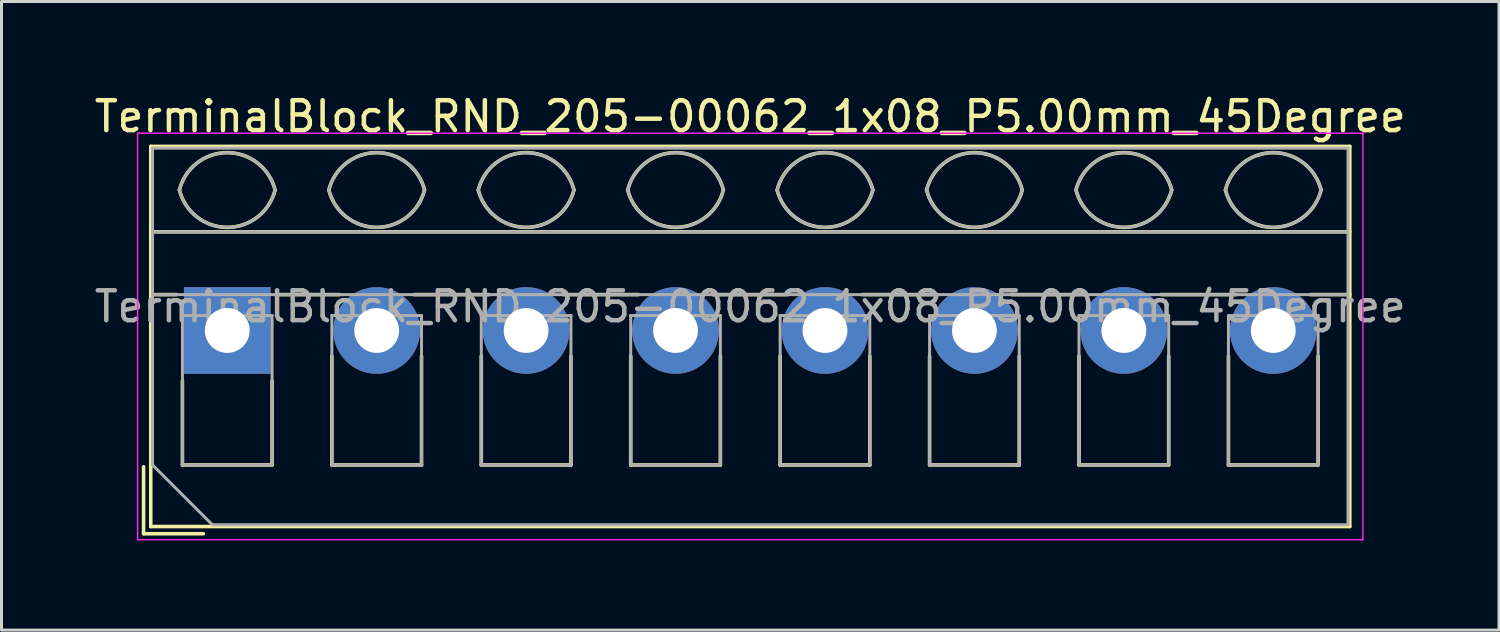
<source format=kicad_pcb>
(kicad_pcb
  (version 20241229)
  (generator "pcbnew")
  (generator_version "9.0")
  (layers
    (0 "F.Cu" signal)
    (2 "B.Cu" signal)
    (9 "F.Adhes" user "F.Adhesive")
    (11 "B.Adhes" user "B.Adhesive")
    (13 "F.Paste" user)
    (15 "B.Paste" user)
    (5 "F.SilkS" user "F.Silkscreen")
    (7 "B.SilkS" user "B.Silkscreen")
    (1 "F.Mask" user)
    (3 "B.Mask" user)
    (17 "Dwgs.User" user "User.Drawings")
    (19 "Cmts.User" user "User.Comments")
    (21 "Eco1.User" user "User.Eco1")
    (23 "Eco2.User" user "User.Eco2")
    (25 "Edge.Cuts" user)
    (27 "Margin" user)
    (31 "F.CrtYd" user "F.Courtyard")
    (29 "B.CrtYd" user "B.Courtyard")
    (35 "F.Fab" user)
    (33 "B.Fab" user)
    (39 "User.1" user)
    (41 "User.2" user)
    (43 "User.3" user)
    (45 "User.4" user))
  (footprint "TerminalBlock_RND_205-00062_1x08_P5.00mm_45Degree"
    (layer "F.Cu")
    (at 4.554 8.008)
    (property "Reference" "TerminalBlock_RND_205-00062_1x08_P5.00mm_45Degree" (at 17.5 -7.16 0) (layer "F.SilkS") (effects (font (size 1 1) (thickness 0.15))))
    (attr through_hole)
    (fp_line (start -2.8 4.56) (end -2.8 6.8) (stroke (width 0.12) (type solid)) (layer "F.SilkS"))
    (fp_line (start -2.8 6.8) (end -0.8 6.8) (stroke (width 0.12) (type solid)) (layer "F.SilkS"))
    (fp_line (start -2.56 -6.16) (end -2.56 6.56) (stroke (width 0.12) (type solid)) (layer "F.SilkS"))
    (fp_line (start -2.56 -6.16) (end 37.56 -6.16) (stroke (width 0.12) (type solid)) (layer "F.SilkS"))
    (fp_line (start -2.56 -3.301) (end 37.56 -3.301) (stroke (width 0.12) (type solid)) (layer "F.SilkS"))
    (fp_line (start -2.56 -1.201) (end -1.69 -1.201) (stroke (width 0.12) (type solid)) (layer "F.SilkS"))
    (fp_line (start -2.56 6.56) (end 37.56 6.56) (stroke (width 0.12) (type solid)) (layer "F.SilkS"))
    (fp_line (start -1.5 1.69) (end -1.5 4.5) (stroke (width 0.12) (type solid)) (layer "F.SilkS"))
    (fp_line (start -1.5 4.5) (end 1.5 4.5) (stroke (width 0.12) (type solid)) (layer "F.SilkS"))
    (fp_line (start 1.5 1.69) (end 1.5 4.5) (stroke (width 0.12) (type solid)) (layer "F.SilkS"))
    (fp_line (start 1.69 -1.201) (end 3.758 -1.201) (stroke (width 0.12) (type solid)) (layer "F.SilkS"))
    (fp_line (start 3.5 0.86) (end 3.5 4.5) (stroke (width 0.12) (type solid)) (layer "F.SilkS"))
    (fp_line (start 3.5 4.5) (end 6.5 4.5) (stroke (width 0.12) (type solid)) (layer "F.SilkS"))
    (fp_line (start 6.243 -1.201) (end 8.758 -1.201) (stroke (width 0.12) (type solid)) (layer "F.SilkS"))
    (fp_line (start 6.5 0.86) (end 6.5 4.5) (stroke (width 0.12) (type solid)) (layer "F.SilkS"))
    (fp_line (start 8.5 0.86) (end 8.5 4.5) (stroke (width 0.12) (type solid)) (layer "F.SilkS"))
    (fp_line (start 8.5 4.5) (end 11.5 4.5) (stroke (width 0.12) (type solid)) (layer "F.SilkS"))
    (fp_line (start 11.243 -1.201) (end 13.758 -1.201) (stroke (width 0.12) (type solid)) (layer "F.SilkS"))
    (fp_line (start 11.5 0.86) (end 11.5 4.5) (stroke (width 0.12) (type solid)) (layer "F.SilkS"))
    (fp_line (start 13.5 0.86) (end 13.5 4.5) (stroke (width 0.12) (type solid)) (layer "F.SilkS"))
    (fp_line (start 13.5 4.5) (end 16.5 4.5) (stroke (width 0.12) (type solid)) (layer "F.SilkS"))
    (fp_line (start 16.243 -1.201) (end 18.758 -1.201) (stroke (width 0.12) (type solid)) (layer "F.SilkS"))
    (fp_line (start 16.5 0.86) (end 16.5 4.5) (stroke (width 0.12) (type solid)) (layer "F.SilkS"))
    (fp_line (start 18.5 0.86) (end 18.5 4.5) (stroke (width 0.12) (type solid)) (layer "F.SilkS"))
    (fp_line (start 18.5 4.5) (end 21.5 4.5) (stroke (width 0.12) (type solid)) (layer "F.SilkS"))
    (fp_line (start 21.243 -1.201) (end 23.758 -1.201) (stroke (width 0.12) (type solid)) (layer "F.SilkS"))
    (fp_line (start 21.5 0.86) (end 21.5 4.5) (stroke (width 0.12) (type solid)) (layer "F.SilkS"))
    (fp_line (start 23.5 0.86) (end 23.5 4.5) (stroke (width 0.12) (type solid)) (layer "F.SilkS"))
    (fp_line (start 23.5 4.5) (end 26.5 4.5) (stroke (width 0.12) (type solid)) (layer "F.SilkS"))
    (fp_line (start 26.243 -1.201) (end 28.758 -1.201) (stroke (width 0.12) (type solid)) (layer "F.SilkS"))
    (fp_line (start 26.5 0.86) (end 26.5 4.5) (stroke (width 0.12) (type solid)) (layer "F.SilkS"))
    (fp_line (start 28.5 0.86) (end 28.5 4.5) (stroke (width 0.12) (type solid)) (layer "F.SilkS"))
    (fp_line (start 28.5 4.5) (end 31.5 4.5) (stroke (width 0.12) (type solid)) (layer "F.SilkS"))
    (fp_line (start 31.243 -1.201) (end 33.758 -1.201) (stroke (width 0.12) (type solid)) (layer "F.SilkS"))
    (fp_line (start 31.5 0.86) (end 31.5 4.5) (stroke (width 0.12) (type solid)) (layer "F.SilkS"))
    (fp_line (start 33.5 0.86) (end 33.5 4.5) (stroke (width 0.12) (type solid)) (layer "F.SilkS"))
    (fp_line (start 33.5 4.5) (end 36.5 4.5) (stroke (width 0.12) (type solid)) (layer "F.SilkS"))
    (fp_line (start 36.243 -1.201) (end 37.56 -1.201) (stroke (width 0.12) (type solid)) (layer "F.SilkS"))
    (fp_line (start 36.5 0.86) (end 36.5 4.5) (stroke (width 0.12) (type solid)) (layer "F.SilkS"))
    (fp_line (start 37.56 -6.16) (end 37.56 6.56) (stroke (width 0.12) (type solid)) (layer "F.SilkS"))
    (fp_arc (start -1.600914 -4.700344) (mid 0.000177 -5.95097) (end 1.601 -4.7) (stroke (width 0.12) (type solid)) (layer "F.SilkS"))
    (fp_arc (start 1.6 -4.7) (mid -0.000064 -3.45) (end -1.600031 -4.700125) (stroke (width 0.12) (type solid)) (layer "F.SilkS"))
    (fp_arc (start 3.399086 -4.700344) (mid 5.000177 -5.95097) (end 6.601 -4.7) (stroke (width 0.12) (type solid)) (layer "F.SilkS"))
    (fp_arc (start 6.6 -4.7) (mid 4.999936 -3.45) (end 3.399969 -4.700125) (stroke (width 0.12) (type solid)) (layer "F.SilkS"))
    (fp_arc (start 8.399086 -4.700344) (mid 10.000177 -5.95097) (end 11.601 -4.7) (stroke (width 0.12) (type solid)) (layer "F.SilkS"))
    (fp_arc (start 11.6 -4.7) (mid 9.999936 -3.45) (end 8.399969 -4.700125) (stroke (width 0.12) (type solid)) (layer "F.SilkS"))
    (fp_arc (start 13.399086 -4.700344) (mid 15.000177 -5.95097) (end 16.601 -4.7) (stroke (width 0.12) (type solid)) (layer "F.SilkS"))
    (fp_arc (start 16.6 -4.7) (mid 14.999936 -3.45) (end 13.399969 -4.700125) (stroke (width 0.12) (type solid)) (layer "F.SilkS"))
    (fp_arc (start 18.399086 -4.700344) (mid 20.000177 -5.95097) (end 21.601 -4.7) (stroke (width 0.12) (type solid)) (layer "F.SilkS"))
    (fp_arc (start 21.6 -4.7) (mid 19.999936 -3.45) (end 18.399969 -4.700125) (stroke (width 0.12) (type solid)) (layer "F.SilkS"))
    (fp_arc (start 23.399086 -4.700344) (mid 25.000177 -5.95097) (end 26.601 -4.7) (stroke (width 0.12) (type solid)) (layer "F.SilkS"))
    (fp_arc (start 26.6 -4.7) (mid 24.999936 -3.45) (end 23.399969 -4.700125) (stroke (width 0.12) (type solid)) (layer "F.SilkS"))
    (fp_arc (start 28.399086 -4.700344) (mid 30.000177 -5.95097) (end 31.601 -4.7) (stroke (width 0.12) (type solid)) (layer "F.SilkS"))
    (fp_arc (start 31.6 -4.7) (mid 29.999936 -3.45) (end 28.399969 -4.700125) (stroke (width 0.12) (type solid)) (layer "F.SilkS"))
    (fp_arc (start 33.399086 -4.700344) (mid 35.000177 -5.95097) (end 36.601 -4.7) (stroke (width 0.12) (type solid)) (layer "F.SilkS"))
    (fp_arc (start 36.6 -4.7) (mid 34.999936 -3.45) (end 33.399969 -4.700125) (stroke (width 0.12) (type solid)) (layer "F.SilkS"))
    (fp_line (start -3 -6.6) (end -3 7) (stroke (width 0.05) (type solid)) (layer "F.CrtYd"))
    (fp_line (start -3 7) (end 38 7) (stroke (width 0.05) (type solid)) (layer "F.CrtYd"))
    (fp_line (start 38 -6.6) (end -3 -6.6) (stroke (width 0.05) (type solid)) (layer "F.CrtYd"))
    (fp_line (start 38 7) (end 38 -6.6) (stroke (width 0.05) (type solid)) (layer "F.CrtYd"))
    (fp_line (start -2.5 -6.1) (end 37.5 -6.1) (stroke (width 0.1) (type solid)) (layer "F.Fab"))
    (fp_line (start -2.5 -3.3) (end 37.5 -3.3) (stroke (width 0.1) (type solid)) (layer "F.Fab"))
    (fp_line (start -2.5 -1.2) (end 37.5 -1.2) (stroke (width 0.1) (type solid)) (layer "F.Fab"))
    (fp_line (start -2.5 4.5) (end -2.5 -6.1) (stroke (width 0.1) (type solid)) (layer "F.Fab"))
    (fp_line (start -1.5 -0.5) (end -1.5 4.5) (stroke (width 0.1) (type solid)) (layer "F.Fab"))
    (fp_line (start -1.5 4.5) (end 1.5 4.5) (stroke (width 0.1) (type solid)) (layer "F.Fab"))
    (fp_line (start -0.5 6.5) (end -2.5 4.5) (stroke (width 0.1) (type solid)) (layer "F.Fab"))
    (fp_line (start 1.5 -0.5) (end -1.5 -0.5) (stroke (width 0.1) (type solid)) (layer "F.Fab"))
    (fp_line (start 1.5 4.5) (end 1.5 -0.5) (stroke (width 0.1) (type solid)) (layer "F.Fab"))
    (fp_line (start 3.5 -0.5) (end 3.5 4.5) (stroke (width 0.1) (type solid)) (layer "F.Fab"))
    (fp_line (start 3.5 4.5) (end 6.5 4.5) (stroke (width 0.1) (type solid)) (layer "F.Fab"))
    (fp_line (start 6.5 -0.5) (end 3.5 -0.5) (stroke (width 0.1) (type solid)) (layer "F.Fab"))
    (fp_line (start 6.5 4.5) (end 6.5 -0.5) (stroke (width 0.1) (type solid)) (layer "F.Fab"))
    (fp_line (start 8.5 -0.5) (end 8.5 4.5) (stroke (width 0.1) (type solid)) (layer "F.Fab"))
    (fp_line (start 8.5 4.5) (end 11.5 4.5) (stroke (width 0.1) (type solid)) (layer "F.Fab"))
    (fp_line (start 11.5 -0.5) (end 8.5 -0.5) (stroke (width 0.1) (type solid)) (layer "F.Fab"))
    (fp_line (start 11.5 4.5) (end 11.5 -0.5) (stroke (width 0.1) (type solid)) (layer "F.Fab"))
    (fp_line (start 13.5 -0.5) (end 13.5 4.5) (stroke (width 0.1) (type solid)) (layer "F.Fab"))
    (fp_line (start 13.5 4.5) (end 16.5 4.5) (stroke (width 0.1) (type solid)) (layer "F.Fab"))
    (fp_line (start 16.5 -0.5) (end 13.5 -0.5) (stroke (width 0.1) (type solid)) (layer "F.Fab"))
    (fp_line (start 16.5 4.5) (end 16.5 -0.5) (stroke (width 0.1) (type solid)) (layer "F.Fab"))
    (fp_line (start 18.5 -0.5) (end 18.5 4.5) (stroke (width 0.1) (type solid)) (layer "F.Fab"))
    (fp_line (start 18.5 4.5) (end 21.5 4.5) (stroke (width 0.1) (type solid)) (layer "F.Fab"))
    (fp_line (start 21.5 -0.5) (end 18.5 -0.5) (stroke (width 0.1) (type solid)) (layer "F.Fab"))
    (fp_line (start 21.5 4.5) (end 21.5 -0.5) (stroke (width 0.1) (type solid)) (layer "F.Fab"))
    (fp_line (start 23.5 -0.5) (end 23.5 4.5) (stroke (width 0.1) (type solid)) (layer "F.Fab"))
    (fp_line (start 23.5 4.5) (end 26.5 4.5) (stroke (width 0.1) (type solid)) (layer "F.Fab"))
    (fp_line (start 26.5 -0.5) (end 23.5 -0.5) (stroke (width 0.1) (type solid)) (layer "F.Fab"))
    (fp_line (start 26.5 4.5) (end 26.5 -0.5) (stroke (width 0.1) (type solid)) (layer "F.Fab"))
    (fp_line (start 28.5 -0.5) (end 28.5 4.5) (stroke (width 0.1) (type solid)) (layer "F.Fab"))
    (fp_line (start 28.5 4.5) (end 31.5 4.5) (stroke (width 0.1) (type solid)) (layer "F.Fab"))
    (fp_line (start 31.5 -0.5) (end 28.5 -0.5) (stroke (width 0.1) (type solid)) (layer "F.Fab"))
    (fp_line (start 31.5 4.5) (end 31.5 -0.5) (stroke (width 0.1) (type solid)) (layer "F.Fab"))
    (fp_line (start 33.5 -0.5) (end 33.5 4.5) (stroke (width 0.1) (type solid)) (layer "F.Fab"))
    (fp_line (start 33.5 4.5) (end 36.5 4.5) (stroke (width 0.1) (type solid)) (layer "F.Fab"))
    (fp_line (start 36.5 -0.5) (end 33.5 -0.5) (stroke (width 0.1) (type solid)) (layer "F.Fab"))
    (fp_line (start 36.5 4.5) (end 36.5 -0.5) (stroke (width 0.1) (type solid)) (layer "F.Fab"))
    (fp_line (start 37.5 -6.1) (end 37.5 6.5) (stroke (width 0.1) (type solid)) (layer "F.Fab"))
    (fp_line (start 37.5 6.5) (end -0.5 6.5) (stroke (width 0.1) (type solid)) (layer "F.Fab"))
    (fp_arc (start -1.600914 -4.700344) (mid 0.000177 -5.95097) (end 1.601 -4.7) (stroke (width 0.1) (type solid)) (layer "F.Fab"))
    (fp_arc (start 1.6 -4.7) (mid -0.000064 -3.45) (end -1.600031 -4.700125) (stroke (width 0.1) (type solid)) (layer "F.Fab"))
    (fp_arc (start 3.399086 -4.700344) (mid 5.000177 -5.95097) (end 6.601 -4.7) (stroke (width 0.1) (type solid)) (layer "F.Fab"))
    (fp_arc (start 6.6 -4.7) (mid 4.999936 -3.45) (end 3.399969 -4.700125) (stroke (width 0.1) (type solid)) (layer "F.Fab"))
    (fp_arc (start 8.399086 -4.700344) (mid 10.000177 -5.95097) (end 11.601 -4.7) (stroke (width 0.1) (type solid)) (layer "F.Fab"))
    (fp_arc (start 11.6 -4.7) (mid 9.999936 -3.45) (end 8.399969 -4.700125) (stroke (width 0.1) (type solid)) (layer "F.Fab"))
    (fp_arc (start 13.399086 -4.700344) (mid 15.000177 -5.95097) (end 16.601 -4.7) (stroke (width 0.1) (type solid)) (layer "F.Fab"))
    (fp_arc (start 16.6 -4.7) (mid 14.999936 -3.45) (end 13.399969 -4.700125) (stroke (width 0.1) (type solid)) (layer "F.Fab"))
    (fp_arc (start 18.399086 -4.700344) (mid 20.000177 -5.95097) (end 21.601 -4.7) (stroke (width 0.1) (type solid)) (layer "F.Fab"))
    (fp_arc (start 21.6 -4.7) (mid 19.999936 -3.45) (end 18.399969 -4.700125) (stroke (width 0.1) (type solid)) (layer "F.Fab"))
    (fp_arc (start 23.399086 -4.700344) (mid 25.000177 -5.95097) (end 26.601 -4.7) (stroke (width 0.1) (type solid)) (layer "F.Fab"))
    (fp_arc (start 26.6 -4.7) (mid 24.999936 -3.45) (end 23.399969 -4.700125) (stroke (width 0.1) (type solid)) (layer "F.Fab"))
    (fp_arc (start 28.399086 -4.700344) (mid 30.000177 -5.95097) (end 31.601 -4.7) (stroke (width 0.1) (type solid)) (layer "F.Fab"))
    (fp_arc (start 31.6 -4.7) (mid 29.999936 -3.45) (end 28.399969 -4.700125) (stroke (width 0.1) (type solid)) (layer "F.Fab"))
    (fp_arc (start 33.399086 -4.700344) (mid 35.000177 -5.95097) (end 36.601 -4.7) (stroke (width 0.1) (type solid)) (layer "F.Fab"))
    (fp_arc (start 36.6 -4.7) (mid 34.999936 -3.45) (end 33.399969 -4.700125) (stroke (width 0.1) (type solid)) (layer "F.Fab"))
    (fp_text user "${REFERENCE}" (at 17.5 -0.8 0) (layer "F.Fab") (effects (font (size 1 1) (thickness 0.15))))
    (pad "1" thru_hole rect (at 0 0) (size 2.9 2.9) (drill 1.5) (layers "*.Cu" "*.Mask"))
    (pad "2" thru_hole circle (at 5 0) (size 2.9 2.9) (drill 1.5) (layers "*.Cu" "*.Mask"))
    (pad "3" thru_hole circle (at 10 0) (size 2.9 2.9) (drill 1.5) (layers "*.Cu" "*.Mask"))
    (pad "4" thru_hole circle (at 15 0) (size 2.9 2.9) (drill 1.5) (layers "*.Cu" "*.Mask"))
    (pad "5" thru_hole circle (at 20 0) (size 2.9 2.9) (drill 1.5) (layers "*.Cu" "*.Mask"))
    (pad "6" thru_hole circle (at 25 0) (size 2.9 2.9) (drill 1.5) (layers "*.Cu" "*.Mask"))
    (pad "7" thru_hole circle (at 30 0) (size 2.9 2.9) (drill 1.5) (layers "*.Cu" "*.Mask"))
    (pad "8" thru_hole circle (at 35 0) (size 2.9 2.9) (drill 1.5) (layers "*.Cu" "*.Mask")))
  (gr_rect
    (start -3 -3)
    (end 47.107 18.033)
    (stroke (width 0.1) (type default))
    (fill no)
    (layer "Edge.Cuts")))
</source>
